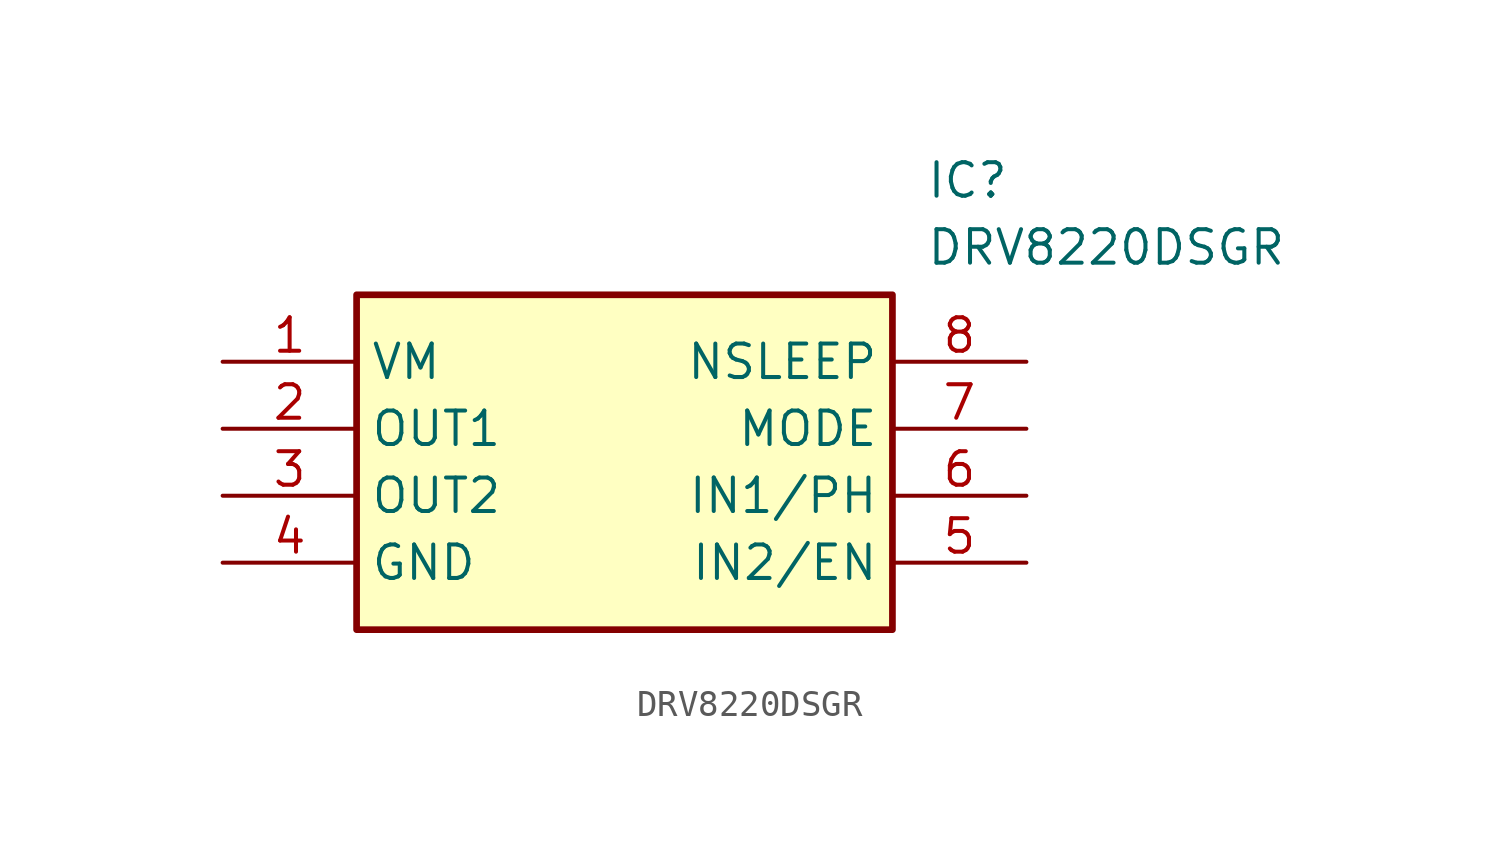
<source format=kicad_sym>
(kicad_symbol_lib
  (version 20231120)
  (generator "kicad_symbol_editor")
  (generator_version "8.0")
  (symbol "DRV8220DSGR"
    (property "Reference" "IC"
      (at 26.67 7.62 0)
      (effects (font (size 1.27 1.27)) (justify left top)))
    (property "Value" "DRV8220DSGR"
      (at 26.67 5.08 0)
      (effects (font (size 1.27 1.27)) (justify left top)))
    (symbol "DRV8220DSGR_1_1"
      (rectangle (start 5.08 2.54) (end 25.4 -10.16) (stroke (width 0.254) (type default)) (fill (type background)))
      (pin passive line (at 0 0 0) (length 5.08) (name "VM" (effects (font (size 1.27 1.27)))) (number "1" (effects (font (size 1.27 1.27)))))
      (pin passive line (at 0 -2.54 0) (length 5.08) (name "OUT1" (effects (font (size 1.27 1.27)))) (number "2" (effects (font (size 1.27 1.27)))))
      (pin passive line (at 0 -5.08 0) (length 5.08) (name "OUT2" (effects (font (size 1.27 1.27)))) (number "3" (effects (font (size 1.27 1.27)))))
      (pin passive line (at 0 -7.62 0) (length 5.08) (name "GND" (effects (font (size 1.27 1.27)))) (number "4" (effects (font (size 1.27 1.27)))))
      (pin passive line (at 30.48 -7.62 180) (length 5.08) (name "IN2/EN" (effects (font (size 1.27 1.27)))) (number "5" (effects (font (size 1.27 1.27)))))
      (pin passive line (at 30.48 -5.08 180) (length 5.08) (name "IN1/PH" (effects (font (size 1.27 1.27)))) (number "6" (effects (font (size 1.27 1.27)))))
      (pin passive line (at 30.48 -2.54 180) (length 5.08) (name "MODE" (effects (font (size 1.27 1.27)))) (number "7" (effects (font (size 1.27 1.27)))))
      (pin passive line (at 30.48 0 180) (length 5.08) (name "NSLEEP" (effects (font (size 1.27 1.27)))) (number "8" (effects (font (size 1.27 1.27))))))))
</source>
